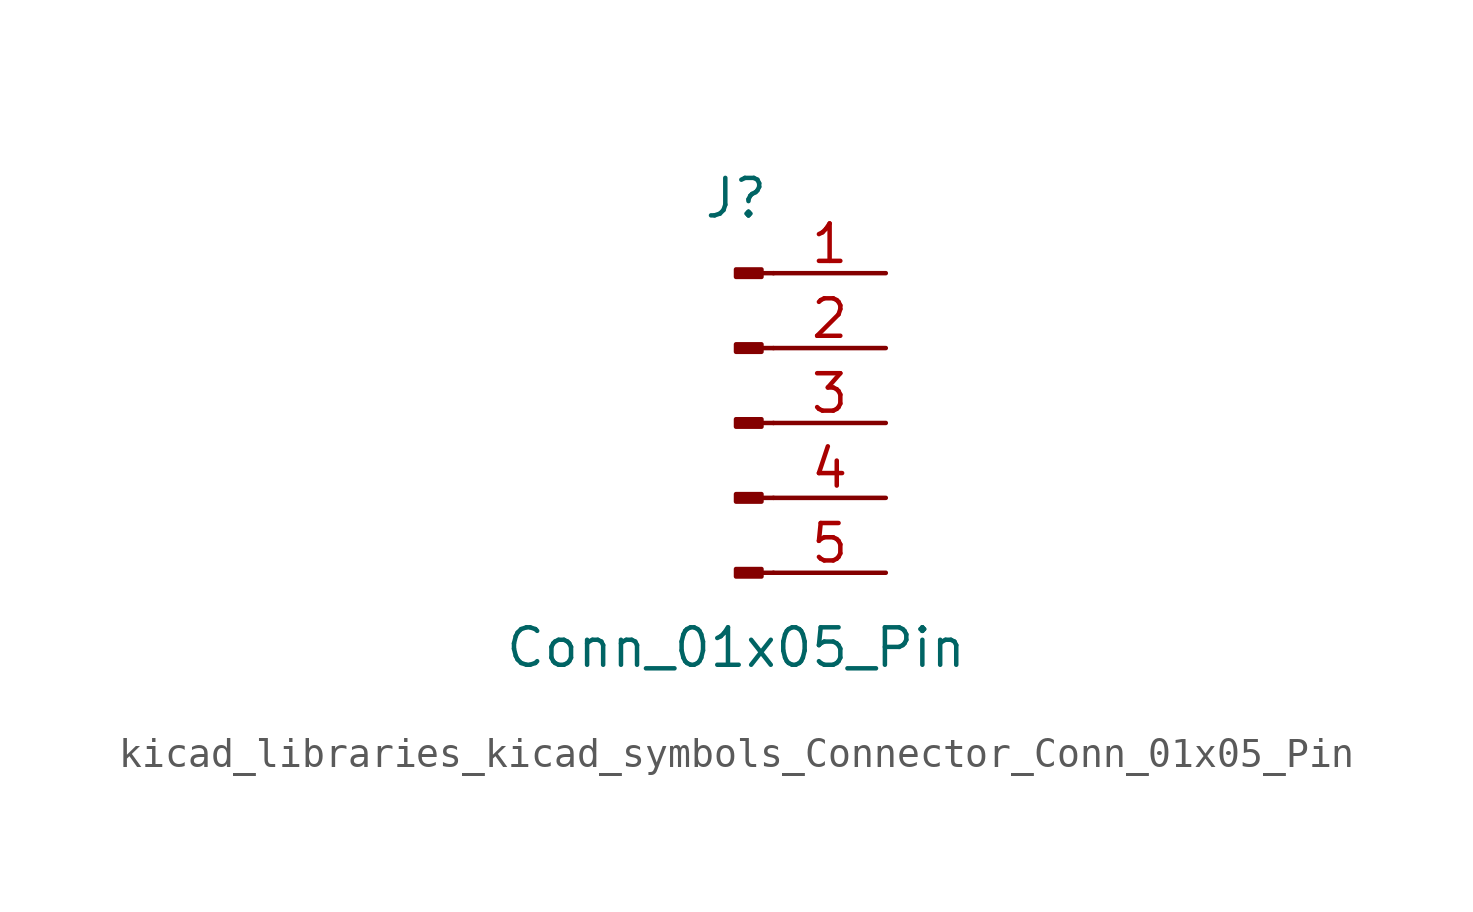
<source format=kicad_sym>
(kicad_symbol_lib
  (version 20220914)
  (generator kicad_symbol_editor)
  (symbol "kicad_libraries_kicad_symbols_Connector_Conn_01x05_Pin"
    (pin_names
      (offset 1.016) hide)
    (property "Reference" "J"
      (at 0 7.62 0)
      (effects (font (size 1.27 1.27))))
    (property "Value" "Conn_01x05_Pin"
      (at 0 -7.62 0)
      (effects (font (size 1.27 1.27))))
    (property "ki_locked" ""
      (at 0 0 0)
      (effects (font (size 1.27 1.27))))
    (symbol "kicad_libraries_kicad_symbols_Connector_Conn_01x05_Pin_1_1"
      (polyline (pts (xy 1.27 -5.08) (xy 0.864 -5.08)) (stroke (width 0.152) (type default)) (fill (type none)))
      (polyline (pts (xy 1.27 -2.54) (xy 0.864 -2.54)) (stroke (width 0.152) (type default)) (fill (type none)))
      (polyline (pts (xy 1.27 0) (xy 0.864 0)) (stroke (width 0.152) (type default)) (fill (type none)))
      (polyline (pts (xy 1.27 2.54) (xy 0.864 2.54)) (stroke (width 0.152) (type default)) (fill (type none)))
      (polyline (pts (xy 1.27 5.08) (xy 0.864 5.08)) (stroke (width 0.152) (type default)) (fill (type none)))
      (rectangle (start 0.864 -4.953) (end 0 -5.207) (stroke (width 0.152) (type default)) (fill (type outline)))
      (rectangle (start 0.864 -2.413) (end 0 -2.667) (stroke (width 0.152) (type default)) (fill (type outline)))
      (rectangle (start 0.864 0.127) (end 0 -0.127) (stroke (width 0.152) (type default)) (fill (type outline)))
      (rectangle (start 0.864 2.667) (end 0 2.413) (stroke (width 0.152) (type default)) (fill (type outline)))
      (rectangle (start 0.864 5.207) (end 0 4.953) (stroke (width 0.152) (type default)) (fill (type outline)))
      (pin passive line (at 5.08 5.08 180) (length 3.81) (name "Pin_1" (effects (font (size 1.27 1.27)))) (number "1" (effects (font (size 1.27 1.27)))))
      (pin passive line (at 5.08 2.54 180) (length 3.81) (name "Pin_2" (effects (font (size 1.27 1.27)))) (number "2" (effects (font (size 1.27 1.27)))))
      (pin passive line (at 5.08 0 180) (length 3.81) (name "Pin_3" (effects (font (size 1.27 1.27)))) (number "3" (effects (font (size 1.27 1.27)))))
      (pin passive line (at 5.08 -2.54 180) (length 3.81) (name "Pin_4" (effects (font (size 1.27 1.27)))) (number "4" (effects (font (size 1.27 1.27)))))
      (pin passive line (at 5.08 -5.08 180) (length 3.81) (name "Pin_5" (effects (font (size 1.27 1.27)))) (number "5" (effects (font (size 1.27 1.27))))))))
</source>
